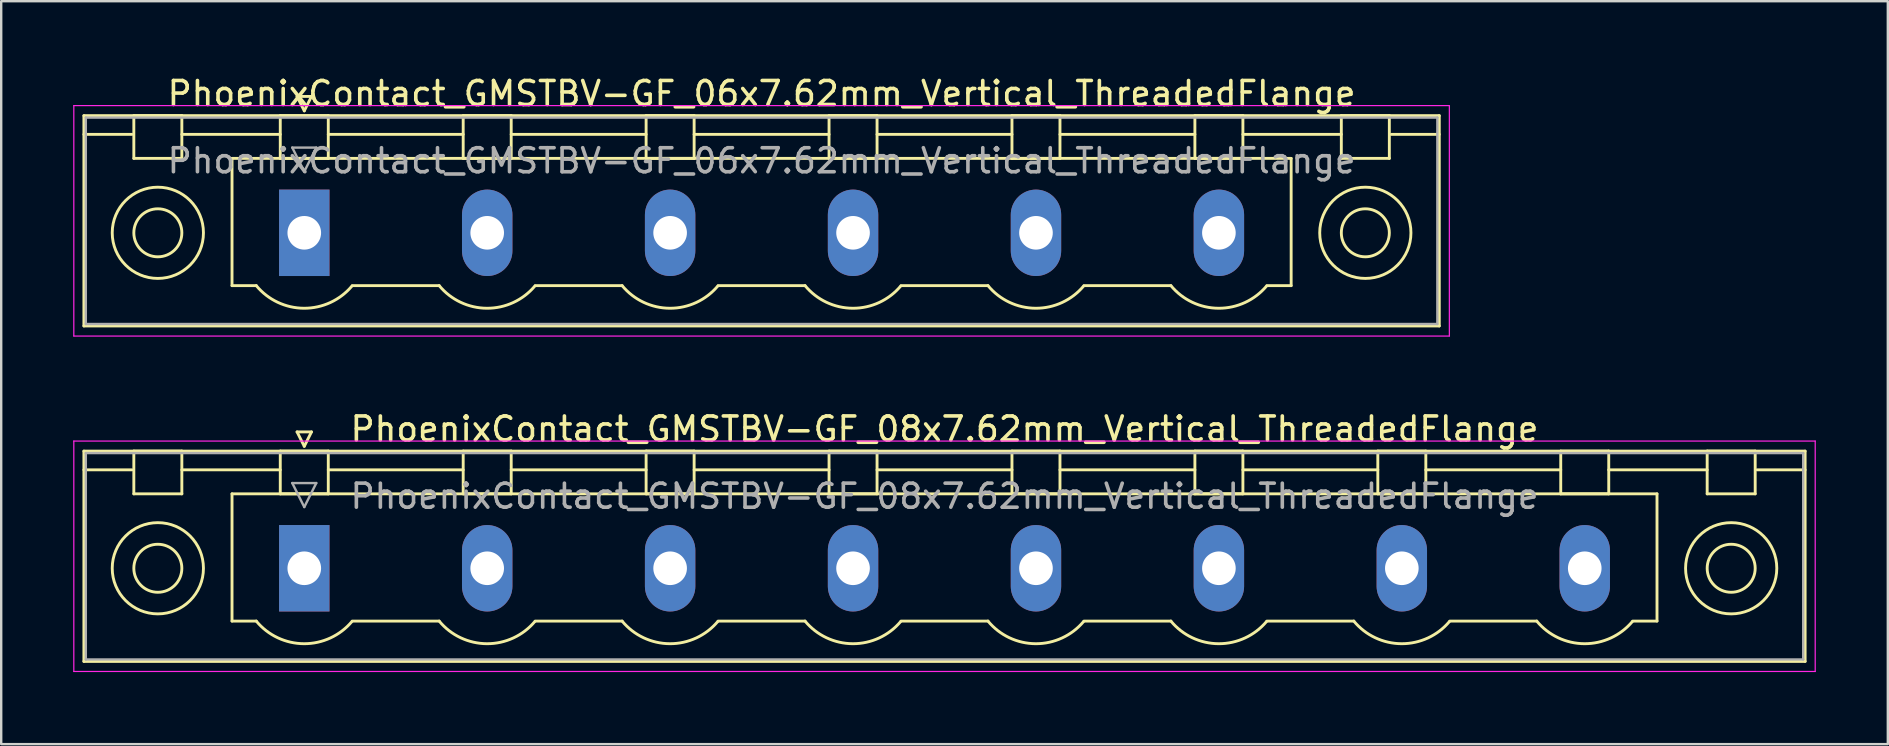
<source format=kicad_pcb>
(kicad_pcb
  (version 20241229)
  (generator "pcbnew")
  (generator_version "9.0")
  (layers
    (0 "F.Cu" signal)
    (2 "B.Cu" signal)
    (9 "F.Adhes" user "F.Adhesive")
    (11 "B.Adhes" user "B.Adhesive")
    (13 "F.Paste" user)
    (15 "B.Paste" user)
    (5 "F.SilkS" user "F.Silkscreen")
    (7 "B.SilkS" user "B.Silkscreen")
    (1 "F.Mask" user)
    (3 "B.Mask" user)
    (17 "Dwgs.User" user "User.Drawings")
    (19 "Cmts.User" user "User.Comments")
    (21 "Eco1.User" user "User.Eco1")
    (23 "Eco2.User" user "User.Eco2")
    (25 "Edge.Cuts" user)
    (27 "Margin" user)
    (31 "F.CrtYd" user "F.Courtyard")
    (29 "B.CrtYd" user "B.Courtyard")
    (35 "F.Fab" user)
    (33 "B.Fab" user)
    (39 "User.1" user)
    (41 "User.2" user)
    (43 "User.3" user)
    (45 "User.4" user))
  (footprint "PhoenixContact_GMSTBV-GF_08x7.62mm_Vertical_ThreadedFlange"
    (layer "F.Cu")
    (at 9.625 20.622)
    (property "Reference" "PhoenixContact_GMSTBV-GF_08x7.62mm_Vertical_ThreadedFlange" (at 26.67 -5.8 0) (layer "F.SilkS") (effects (font (size 1 1) (thickness 0.15))))
    (attr through_hole)
    (fp_line (start -9.18 -4.88) (end -9.18 3.88) (stroke (width 0.12) (type solid)) (layer "F.SilkS"))
    (fp_line (start -9.18 -4.1) (end -7.18 -4.1) (stroke (width 0.12) (type solid)) (layer "F.SilkS"))
    (fp_line (start -9.18 3.88) (end 62.52 3.88) (stroke (width 0.12) (type solid)) (layer "F.SilkS"))
    (fp_line (start -7.1 -4.88) (end -5.1 -4.88) (stroke (width 0.12) (type solid)) (layer "F.SilkS"))
    (fp_line (start -7.1 -3.1) (end -7.1 -4.88) (stroke (width 0.12) (type solid)) (layer "F.SilkS"))
    (fp_line (start -5.1 -4.88) (end -5.1 -3.1) (stroke (width 0.12) (type solid)) (layer "F.SilkS"))
    (fp_line (start -5.1 -4.1) (end -1 -4.1) (stroke (width 0.12) (type solid)) (layer "F.SilkS"))
    (fp_line (start -5.1 -3.1) (end -7.1 -3.1) (stroke (width 0.12) (type solid)) (layer "F.SilkS"))
    (fp_line (start -3.01 -3.1) (end 56.35 -3.1) (stroke (width 0.12) (type solid)) (layer "F.SilkS"))
    (fp_line (start -3.01 2.2) (end -3.01 -3.1) (stroke (width 0.12) (type solid)) (layer "F.SilkS"))
    (fp_line (start -2 2.2) (end -3.01 2.2) (stroke (width 0.12) (type solid)) (layer "F.SilkS"))
    (fp_line (start -1 -4.88) (end 1 -4.88) (stroke (width 0.12) (type solid)) (layer "F.SilkS"))
    (fp_line (start -1 -3.1) (end -1 -4.88) (stroke (width 0.12) (type solid)) (layer "F.SilkS"))
    (fp_line (start -0.3 -5.68) (end 0.3 -5.68) (stroke (width 0.12) (type solid)) (layer "F.SilkS"))
    (fp_line (start 0 -5.08) (end -0.3 -5.68) (stroke (width 0.12) (type solid)) (layer "F.SilkS"))
    (fp_line (start 0.3 -5.68) (end 0 -5.08) (stroke (width 0.12) (type solid)) (layer "F.SilkS"))
    (fp_line (start 1 -4.88) (end 1 -3.1) (stroke (width 0.12) (type solid)) (layer "F.SilkS"))
    (fp_line (start 1 -4.1) (end 6.62 -4.1) (stroke (width 0.12) (type solid)) (layer "F.SilkS"))
    (fp_line (start 1 -3.1) (end -1 -3.1) (stroke (width 0.12) (type solid)) (layer "F.SilkS"))
    (fp_line (start 2 2.2) (end 5.62 2.2) (stroke (width 0.12) (type solid)) (layer "F.SilkS"))
    (fp_line (start 6.62 -4.88) (end 8.62 -4.88) (stroke (width 0.12) (type solid)) (layer "F.SilkS"))
    (fp_line (start 6.62 -3.1) (end 6.62 -4.88) (stroke (width 0.12) (type solid)) (layer "F.SilkS"))
    (fp_line (start 8.62 -4.88) (end 8.62 -3.1) (stroke (width 0.12) (type solid)) (layer "F.SilkS"))
    (fp_line (start 8.62 -4.1) (end 14.24 -4.1) (stroke (width 0.12) (type solid)) (layer "F.SilkS"))
    (fp_line (start 8.62 -3.1) (end 6.62 -3.1) (stroke (width 0.12) (type solid)) (layer "F.SilkS"))
    (fp_line (start 9.62 2.2) (end 13.24 2.2) (stroke (width 0.12) (type solid)) (layer "F.SilkS"))
    (fp_line (start 14.24 -4.88) (end 16.24 -4.88) (stroke (width 0.12) (type solid)) (layer "F.SilkS"))
    (fp_line (start 14.24 -3.1) (end 14.24 -4.88) (stroke (width 0.12) (type solid)) (layer "F.SilkS"))
    (fp_line (start 16.24 -4.88) (end 16.24 -3.1) (stroke (width 0.12) (type solid)) (layer "F.SilkS"))
    (fp_line (start 16.24 -4.1) (end 21.86 -4.1) (stroke (width 0.12) (type solid)) (layer "F.SilkS"))
    (fp_line (start 16.24 -3.1) (end 14.24 -3.1) (stroke (width 0.12) (type solid)) (layer "F.SilkS"))
    (fp_line (start 17.24 2.2) (end 20.86 2.2) (stroke (width 0.12) (type solid)) (layer "F.SilkS"))
    (fp_line (start 21.86 -4.88) (end 23.86 -4.88) (stroke (width 0.12) (type solid)) (layer "F.SilkS"))
    (fp_line (start 21.86 -3.1) (end 21.86 -4.88) (stroke (width 0.12) (type solid)) (layer "F.SilkS"))
    (fp_line (start 23.86 -4.88) (end 23.86 -3.1) (stroke (width 0.12) (type solid)) (layer "F.SilkS"))
    (fp_line (start 23.86 -4.1) (end 29.48 -4.1) (stroke (width 0.12) (type solid)) (layer "F.SilkS"))
    (fp_line (start 23.86 -3.1) (end 21.86 -3.1) (stroke (width 0.12) (type solid)) (layer "F.SilkS"))
    (fp_line (start 24.86 2.2) (end 28.48 2.2) (stroke (width 0.12) (type solid)) (layer "F.SilkS"))
    (fp_line (start 29.48 -4.88) (end 31.48 -4.88) (stroke (width 0.12) (type solid)) (layer "F.SilkS"))
    (fp_line (start 29.48 -3.1) (end 29.48 -4.88) (stroke (width 0.12) (type solid)) (layer "F.SilkS"))
    (fp_line (start 31.48 -4.88) (end 31.48 -3.1) (stroke (width 0.12) (type solid)) (layer "F.SilkS"))
    (fp_line (start 31.48 -4.1) (end 37.1 -4.1) (stroke (width 0.12) (type solid)) (layer "F.SilkS"))
    (fp_line (start 31.48 -3.1) (end 29.48 -3.1) (stroke (width 0.12) (type solid)) (layer "F.SilkS"))
    (fp_line (start 32.48 2.2) (end 36.1 2.2) (stroke (width 0.12) (type solid)) (layer "F.SilkS"))
    (fp_line (start 37.1 -4.88) (end 39.1 -4.88) (stroke (width 0.12) (type solid)) (layer "F.SilkS"))
    (fp_line (start 37.1 -3.1) (end 37.1 -4.88) (stroke (width 0.12) (type solid)) (layer "F.SilkS"))
    (fp_line (start 39.1 -4.88) (end 39.1 -3.1) (stroke (width 0.12) (type solid)) (layer "F.SilkS"))
    (fp_line (start 39.1 -4.1) (end 44.72 -4.1) (stroke (width 0.12) (type solid)) (layer "F.SilkS"))
    (fp_line (start 39.1 -3.1) (end 37.1 -3.1) (stroke (width 0.12) (type solid)) (layer "F.SilkS"))
    (fp_line (start 40.1 2.2) (end 43.72 2.2) (stroke (width 0.12) (type solid)) (layer "F.SilkS"))
    (fp_line (start 44.72 -4.88) (end 46.72 -4.88) (stroke (width 0.12) (type solid)) (layer "F.SilkS"))
    (fp_line (start 44.72 -3.1) (end 44.72 -4.88) (stroke (width 0.12) (type solid)) (layer "F.SilkS"))
    (fp_line (start 46.72 -4.88) (end 46.72 -3.1) (stroke (width 0.12) (type solid)) (layer "F.SilkS"))
    (fp_line (start 46.72 -4.1) (end 52.34 -4.1) (stroke (width 0.12) (type solid)) (layer "F.SilkS"))
    (fp_line (start 46.72 -3.1) (end 44.72 -3.1) (stroke (width 0.12) (type solid)) (layer "F.SilkS"))
    (fp_line (start 47.72 2.2) (end 51.34 2.2) (stroke (width 0.12) (type solid)) (layer "F.SilkS"))
    (fp_line (start 52.34 -4.88) (end 54.34 -4.88) (stroke (width 0.12) (type solid)) (layer "F.SilkS"))
    (fp_line (start 52.34 -3.1) (end 52.34 -4.88) (stroke (width 0.12) (type solid)) (layer "F.SilkS"))
    (fp_line (start 54.34 -4.88) (end 54.34 -3.1) (stroke (width 0.12) (type solid)) (layer "F.SilkS"))
    (fp_line (start 54.34 -4.1) (end 58.44 -4.1) (stroke (width 0.12) (type solid)) (layer "F.SilkS"))
    (fp_line (start 54.34 -3.1) (end 52.34 -3.1) (stroke (width 0.12) (type solid)) (layer "F.SilkS"))
    (fp_line (start 56.35 -3.1) (end 56.35 2.2) (stroke (width 0.12) (type solid)) (layer "F.SilkS"))
    (fp_line (start 56.35 2.2) (end 55.34 2.2) (stroke (width 0.12) (type solid)) (layer "F.SilkS"))
    (fp_line (start 58.44 -4.88) (end 60.44 -4.88) (stroke (width 0.12) (type solid)) (layer "F.SilkS"))
    (fp_line (start 58.44 -3.1) (end 58.44 -4.88) (stroke (width 0.12) (type solid)) (layer "F.SilkS"))
    (fp_line (start 60.44 -4.88) (end 60.44 -3.1) (stroke (width 0.12) (type solid)) (layer "F.SilkS"))
    (fp_line (start 60.44 -3.1) (end 58.44 -3.1) (stroke (width 0.12) (type solid)) (layer "F.SilkS"))
    (fp_line (start 62.52 -4.88) (end -9.18 -4.88) (stroke (width 0.12) (type solid)) (layer "F.SilkS"))
    (fp_line (start 62.52 -4.1) (end 60.52 -4.1) (stroke (width 0.12) (type solid)) (layer "F.SilkS"))
    (fp_line (start 62.52 3.88) (end 62.52 -4.88) (stroke (width 0.12) (type solid)) (layer "F.SilkS"))
    (fp_arc (start 1.986842 2.215821) (mid -0.010289 3.142758) (end -2 2.2) (stroke (width 0.12) (type solid)) (layer "F.SilkS"))
    (fp_arc (start 9.606842 2.215821) (mid 7.609711 3.142758) (end 5.62 2.2) (stroke (width 0.12) (type solid)) (layer "F.SilkS"))
    (fp_arc (start 17.226842 2.215821) (mid 15.229711 3.142758) (end 13.24 2.2) (stroke (width 0.12) (type solid)) (layer "F.SilkS"))
    (fp_arc (start 24.846842 2.215821) (mid 22.849711 3.142758) (end 20.86 2.2) (stroke (width 0.12) (type solid)) (layer "F.SilkS"))
    (fp_arc (start 32.466842 2.215821) (mid 30.469711 3.142758) (end 28.48 2.2) (stroke (width 0.12) (type solid)) (layer "F.SilkS"))
    (fp_arc (start 40.086842 2.215821) (mid 38.089711 3.142758) (end 36.1 2.2) (stroke (width 0.12) (type solid)) (layer "F.SilkS"))
    (fp_arc (start 47.706842 2.215821) (mid 45.709711 3.142758) (end 43.72 2.2) (stroke (width 0.12) (type solid)) (layer "F.SilkS"))
    (fp_arc (start 55.326842 2.215821) (mid 53.329711 3.142758) (end 51.34 2.2) (stroke (width 0.12) (type solid)) (layer "F.SilkS"))
    (fp_circle (center -6.1 0) (end -5.1 0) (stroke (width 0.12) (type solid)) (fill no) (layer "F.SilkS"))
    (fp_circle (center -6.1 0) (end -4.2 0) (stroke (width 0.12) (type solid)) (fill no) (layer "F.SilkS"))
    (fp_circle (center 59.44 0) (end 60.44 0) (stroke (width 0.12) (type solid)) (fill no) (layer "F.SilkS"))
    (fp_circle (center 59.44 0) (end 61.34 0) (stroke (width 0.12) (type solid)) (fill no) (layer "F.SilkS"))
    (fp_line (start -9.6 -5.3) (end -9.6 4.3) (stroke (width 0.05) (type solid)) (layer "F.CrtYd"))
    (fp_line (start -9.6 4.3) (end 62.94 4.3) (stroke (width 0.05) (type solid)) (layer "F.CrtYd"))
    (fp_line (start 62.94 -5.3) (end -9.6 -5.3) (stroke (width 0.05) (type solid)) (layer "F.CrtYd"))
    (fp_line (start 62.94 4.3) (end 62.94 -5.3) (stroke (width 0.05) (type solid)) (layer "F.CrtYd"))
    (fp_line (start -9.1 -4.8) (end -9.1 3.8) (stroke (width 0.1) (type solid)) (layer "F.Fab"))
    (fp_line (start -9.1 3.8) (end 62.44 3.8) (stroke (width 0.1) (type solid)) (layer "F.Fab"))
    (fp_line (start -0.5 -3.55) (end 0.5 -3.55) (stroke (width 0.1) (type solid)) (layer "F.Fab"))
    (fp_line (start 0 -2.55) (end -0.5 -3.55) (stroke (width 0.1) (type solid)) (layer "F.Fab"))
    (fp_line (start 0.5 -3.55) (end 0 -2.55) (stroke (width 0.1) (type solid)) (layer "F.Fab"))
    (fp_line (start 62.44 -4.8) (end -9.1 -4.8) (stroke (width 0.1) (type solid)) (layer "F.Fab"))
    (fp_line (start 62.44 3.8) (end 62.44 -4.8) (stroke (width 0.1) (type solid)) (layer "F.Fab"))
    (fp_text user "${REFERENCE}" (at 26.67 -3 0) (layer "F.Fab") (effects (font (size 1 1) (thickness 0.15))))
    (pad "1" thru_hole rect (at 0 0) (size 2.1 3.6) (drill 1.4) (layers "*.Cu" "*.Mask"))
    (pad "2" thru_hole oval (at 7.62 0) (size 2.1 3.6) (drill 1.4) (layers "*.Cu" "*.Mask"))
    (pad "3" thru_hole oval (at 15.24 0) (size 2.1 3.6) (drill 1.4) (layers "*.Cu" "*.Mask"))
    (pad "4" thru_hole oval (at 22.86 0) (size 2.1 3.6) (drill 1.4) (layers "*.Cu" "*.Mask"))
    (pad "5" thru_hole oval (at 30.48 0) (size 2.1 3.6) (drill 1.4) (layers "*.Cu" "*.Mask"))
    (pad "6" thru_hole oval (at 38.1 0) (size 2.1 3.6) (drill 1.4) (layers "*.Cu" "*.Mask"))
    (pad "7" thru_hole oval (at 45.72 0) (size 2.1 3.6) (drill 1.4) (layers "*.Cu" "*.Mask"))
    (pad "8" thru_hole oval (at 53.34 0) (size 2.1 3.6) (drill 1.4) (layers "*.Cu" "*.Mask")))
  (footprint "PhoenixContact_GMSTBV-GF_06x7.62mm_Vertical_ThreadedFlange"
    (layer "F.Cu")
    (at 9.625 6.648)
    (property "Reference" "PhoenixContact_GMSTBV-GF_06x7.62mm_Vertical_ThreadedFlange" (at 19.05 -5.8 0) (layer "F.SilkS") (effects (font (size 1 1) (thickness 0.15))))
    (attr through_hole)
    (fp_line (start -9.18 -4.88) (end -9.18 3.88) (stroke (width 0.12) (type solid)) (layer "F.SilkS"))
    (fp_line (start -9.18 -4.1) (end -7.18 -4.1) (stroke (width 0.12) (type solid)) (layer "F.SilkS"))
    (fp_line (start -9.18 3.88) (end 47.28 3.88) (stroke (width 0.12) (type solid)) (layer "F.SilkS"))
    (fp_line (start -7.1 -4.88) (end -5.1 -4.88) (stroke (width 0.12) (type solid)) (layer "F.SilkS"))
    (fp_line (start -7.1 -3.1) (end -7.1 -4.88) (stroke (width 0.12) (type solid)) (layer "F.SilkS"))
    (fp_line (start -5.1 -4.88) (end -5.1 -3.1) (stroke (width 0.12) (type solid)) (layer "F.SilkS"))
    (fp_line (start -5.1 -4.1) (end -1 -4.1) (stroke (width 0.12) (type solid)) (layer "F.SilkS"))
    (fp_line (start -5.1 -3.1) (end -7.1 -3.1) (stroke (width 0.12) (type solid)) (layer "F.SilkS"))
    (fp_line (start -3.01 -3.1) (end 41.11 -3.1) (stroke (width 0.12) (type solid)) (layer "F.SilkS"))
    (fp_line (start -3.01 2.2) (end -3.01 -3.1) (stroke (width 0.12) (type solid)) (layer "F.SilkS"))
    (fp_line (start -2 2.2) (end -3.01 2.2) (stroke (width 0.12) (type solid)) (layer "F.SilkS"))
    (fp_line (start -1 -4.88) (end 1 -4.88) (stroke (width 0.12) (type solid)) (layer "F.SilkS"))
    (fp_line (start -1 -3.1) (end -1 -4.88) (stroke (width 0.12) (type solid)) (layer "F.SilkS"))
    (fp_line (start -0.3 -5.68) (end 0.3 -5.68) (stroke (width 0.12) (type solid)) (layer "F.SilkS"))
    (fp_line (start 0 -5.08) (end -0.3 -5.68) (stroke (width 0.12) (type solid)) (layer "F.SilkS"))
    (fp_line (start 0.3 -5.68) (end 0 -5.08) (stroke (width 0.12) (type solid)) (layer "F.SilkS"))
    (fp_line (start 1 -4.88) (end 1 -3.1) (stroke (width 0.12) (type solid)) (layer "F.SilkS"))
    (fp_line (start 1 -4.1) (end 6.62 -4.1) (stroke (width 0.12) (type solid)) (layer "F.SilkS"))
    (fp_line (start 1 -3.1) (end -1 -3.1) (stroke (width 0.12) (type solid)) (layer "F.SilkS"))
    (fp_line (start 2 2.2) (end 5.62 2.2) (stroke (width 0.12) (type solid)) (layer "F.SilkS"))
    (fp_line (start 6.62 -4.88) (end 8.62 -4.88) (stroke (width 0.12) (type solid)) (layer "F.SilkS"))
    (fp_line (start 6.62 -3.1) (end 6.62 -4.88) (stroke (width 0.12) (type solid)) (layer "F.SilkS"))
    (fp_line (start 8.62 -4.88) (end 8.62 -3.1) (stroke (width 0.12) (type solid)) (layer "F.SilkS"))
    (fp_line (start 8.62 -4.1) (end 14.24 -4.1) (stroke (width 0.12) (type solid)) (layer "F.SilkS"))
    (fp_line (start 8.62 -3.1) (end 6.62 -3.1) (stroke (width 0.12) (type solid)) (layer "F.SilkS"))
    (fp_line (start 9.62 2.2) (end 13.24 2.2) (stroke (width 0.12) (type solid)) (layer "F.SilkS"))
    (fp_line (start 14.24 -4.88) (end 16.24 -4.88) (stroke (width 0.12) (type solid)) (layer "F.SilkS"))
    (fp_line (start 14.24 -3.1) (end 14.24 -4.88) (stroke (width 0.12) (type solid)) (layer "F.SilkS"))
    (fp_line (start 16.24 -4.88) (end 16.24 -3.1) (stroke (width 0.12) (type solid)) (layer "F.SilkS"))
    (fp_line (start 16.24 -4.1) (end 21.86 -4.1) (stroke (width 0.12) (type solid)) (layer "F.SilkS"))
    (fp_line (start 16.24 -3.1) (end 14.24 -3.1) (stroke (width 0.12) (type solid)) (layer "F.SilkS"))
    (fp_line (start 17.24 2.2) (end 20.86 2.2) (stroke (width 0.12) (type solid)) (layer "F.SilkS"))
    (fp_line (start 21.86 -4.88) (end 23.86 -4.88) (stroke (width 0.12) (type solid)) (layer "F.SilkS"))
    (fp_line (start 21.86 -3.1) (end 21.86 -4.88) (stroke (width 0.12) (type solid)) (layer "F.SilkS"))
    (fp_line (start 23.86 -4.88) (end 23.86 -3.1) (stroke (width 0.12) (type solid)) (layer "F.SilkS"))
    (fp_line (start 23.86 -4.1) (end 29.48 -4.1) (stroke (width 0.12) (type solid)) (layer "F.SilkS"))
    (fp_line (start 23.86 -3.1) (end 21.86 -3.1) (stroke (width 0.12) (type solid)) (layer "F.SilkS"))
    (fp_line (start 24.86 2.2) (end 28.48 2.2) (stroke (width 0.12) (type solid)) (layer "F.SilkS"))
    (fp_line (start 29.48 -4.88) (end 31.48 -4.88) (stroke (width 0.12) (type solid)) (layer "F.SilkS"))
    (fp_line (start 29.48 -3.1) (end 29.48 -4.88) (stroke (width 0.12) (type solid)) (layer "F.SilkS"))
    (fp_line (start 31.48 -4.88) (end 31.48 -3.1) (stroke (width 0.12) (type solid)) (layer "F.SilkS"))
    (fp_line (start 31.48 -4.1) (end 37.1 -4.1) (stroke (width 0.12) (type solid)) (layer "F.SilkS"))
    (fp_line (start 31.48 -3.1) (end 29.48 -3.1) (stroke (width 0.12) (type solid)) (layer "F.SilkS"))
    (fp_line (start 32.48 2.2) (end 36.1 2.2) (stroke (width 0.12) (type solid)) (layer "F.SilkS"))
    (fp_line (start 37.1 -4.88) (end 39.1 -4.88) (stroke (width 0.12) (type solid)) (layer "F.SilkS"))
    (fp_line (start 37.1 -3.1) (end 37.1 -4.88) (stroke (width 0.12) (type solid)) (layer "F.SilkS"))
    (fp_line (start 39.1 -4.88) (end 39.1 -3.1) (stroke (width 0.12) (type solid)) (layer "F.SilkS"))
    (fp_line (start 39.1 -4.1) (end 43.2 -4.1) (stroke (width 0.12) (type solid)) (layer "F.SilkS"))
    (fp_line (start 39.1 -3.1) (end 37.1 -3.1) (stroke (width 0.12) (type solid)) (layer "F.SilkS"))
    (fp_line (start 41.11 -3.1) (end 41.11 2.2) (stroke (width 0.12) (type solid)) (layer "F.SilkS"))
    (fp_line (start 41.11 2.2) (end 40.1 2.2) (stroke (width 0.12) (type solid)) (layer "F.SilkS"))
    (fp_line (start 43.2 -4.88) (end 45.2 -4.88) (stroke (width 0.12) (type solid)) (layer "F.SilkS"))
    (fp_line (start 43.2 -3.1) (end 43.2 -4.88) (stroke (width 0.12) (type solid)) (layer "F.SilkS"))
    (fp_line (start 45.2 -4.88) (end 45.2 -3.1) (stroke (width 0.12) (type solid)) (layer "F.SilkS"))
    (fp_line (start 45.2 -3.1) (end 43.2 -3.1) (stroke (width 0.12) (type solid)) (layer "F.SilkS"))
    (fp_line (start 47.28 -4.88) (end -9.18 -4.88) (stroke (width 0.12) (type solid)) (layer "F.SilkS"))
    (fp_line (start 47.28 -4.1) (end 45.28 -4.1) (stroke (width 0.12) (type solid)) (layer "F.SilkS"))
    (fp_line (start 47.28 3.88) (end 47.28 -4.88) (stroke (width 0.12) (type solid)) (layer "F.SilkS"))
    (fp_arc (start 1.986842 2.215821) (mid -0.010289 3.142758) (end -2 2.2) (stroke (width 0.12) (type solid)) (layer "F.SilkS"))
    (fp_arc (start 9.606842 2.215821) (mid 7.609711 3.142758) (end 5.62 2.2) (stroke (width 0.12) (type solid)) (layer "F.SilkS"))
    (fp_arc (start 17.226842 2.215821) (mid 15.229711 3.142758) (end 13.24 2.2) (stroke (width 0.12) (type solid)) (layer "F.SilkS"))
    (fp_arc (start 24.846842 2.215821) (mid 22.849711 3.142758) (end 20.86 2.2) (stroke (width 0.12) (type solid)) (layer "F.SilkS"))
    (fp_arc (start 32.466842 2.215821) (mid 30.469711 3.142758) (end 28.48 2.2) (stroke (width 0.12) (type solid)) (layer "F.SilkS"))
    (fp_arc (start 40.086842 2.215821) (mid 38.089711 3.142758) (end 36.1 2.2) (stroke (width 0.12) (type solid)) (layer "F.SilkS"))
    (fp_circle (center -6.1 0) (end -5.1 0) (stroke (width 0.12) (type solid)) (fill no) (layer "F.SilkS"))
    (fp_circle (center -6.1 0) (end -4.2 0) (stroke (width 0.12) (type solid)) (fill no) (layer "F.SilkS"))
    (fp_circle (center 44.2 0) (end 45.2 0) (stroke (width 0.12) (type solid)) (fill no) (layer "F.SilkS"))
    (fp_circle (center 44.2 0) (end 46.1 0) (stroke (width 0.12) (type solid)) (fill no) (layer "F.SilkS"))
    (fp_line (start -9.6 -5.3) (end -9.6 4.3) (stroke (width 0.05) (type solid)) (layer "F.CrtYd"))
    (fp_line (start -9.6 4.3) (end 47.7 4.3) (stroke (width 0.05) (type solid)) (layer "F.CrtYd"))
    (fp_line (start 47.7 -5.3) (end -9.6 -5.3) (stroke (width 0.05) (type solid)) (layer "F.CrtYd"))
    (fp_line (start 47.7 4.3) (end 47.7 -5.3) (stroke (width 0.05) (type solid)) (layer "F.CrtYd"))
    (fp_line (start -9.1 -4.8) (end -9.1 3.8) (stroke (width 0.1) (type solid)) (layer "F.Fab"))
    (fp_line (start -9.1 3.8) (end 47.2 3.8) (stroke (width 0.1) (type solid)) (layer "F.Fab"))
    (fp_line (start -0.5 -3.55) (end 0.5 -3.55) (stroke (width 0.1) (type solid)) (layer "F.Fab"))
    (fp_line (start 0 -2.55) (end -0.5 -3.55) (stroke (width 0.1) (type solid)) (layer "F.Fab"))
    (fp_line (start 0.5 -3.55) (end 0 -2.55) (stroke (width 0.1) (type solid)) (layer "F.Fab"))
    (fp_line (start 47.2 -4.8) (end -9.1 -4.8) (stroke (width 0.1) (type solid)) (layer "F.Fab"))
    (fp_line (start 47.2 3.8) (end 47.2 -4.8) (stroke (width 0.1) (type solid)) (layer "F.Fab"))
    (fp_text user "${REFERENCE}" (at 19.05 -3 0) (layer "F.Fab") (effects (font (size 1 1) (thickness 0.15))))
    (pad "1" thru_hole rect (at 0 0) (size 2.1 3.6) (drill 1.4) (layers "*.Cu" "*.Mask"))
    (pad "2" thru_hole oval (at 7.62 0) (size 2.1 3.6) (drill 1.4) (layers "*.Cu" "*.Mask"))
    (pad "3" thru_hole oval (at 15.24 0) (size 2.1 3.6) (drill 1.4) (layers "*.Cu" "*.Mask"))
    (pad "4" thru_hole oval (at 22.86 0) (size 2.1 3.6) (drill 1.4) (layers "*.Cu" "*.Mask"))
    (pad "5" thru_hole oval (at 30.48 0) (size 2.1 3.6) (drill 1.4) (layers "*.Cu" "*.Mask"))
    (pad "6" thru_hole oval (at 38.1 0) (size 2.1 3.6) (drill 1.4) (layers "*.Cu" "*.Mask")))
  (gr_rect
    (start -3 -3)
    (end 75.59 27.947)
    (stroke (width 0.1) (type default))
    (fill no)
    (layer "Edge.Cuts")))
</source>
